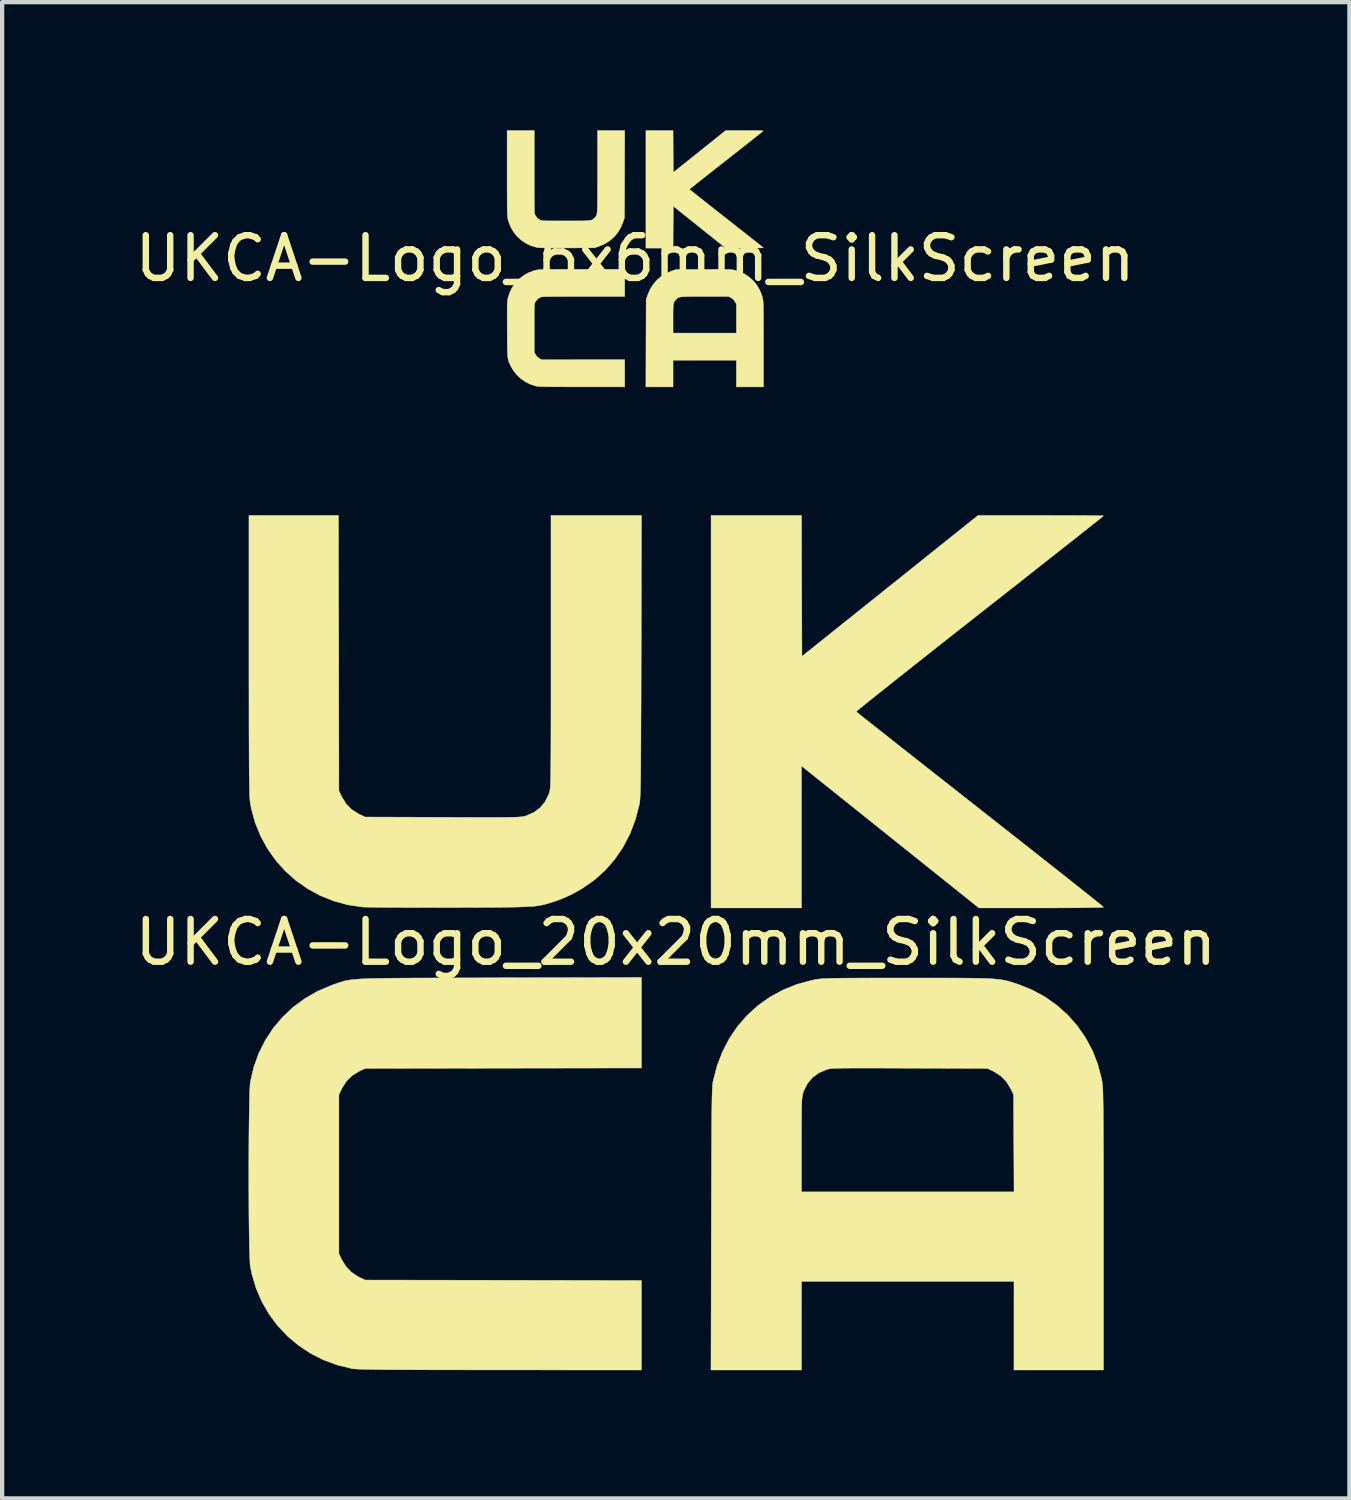
<source format=kicad_pcb>
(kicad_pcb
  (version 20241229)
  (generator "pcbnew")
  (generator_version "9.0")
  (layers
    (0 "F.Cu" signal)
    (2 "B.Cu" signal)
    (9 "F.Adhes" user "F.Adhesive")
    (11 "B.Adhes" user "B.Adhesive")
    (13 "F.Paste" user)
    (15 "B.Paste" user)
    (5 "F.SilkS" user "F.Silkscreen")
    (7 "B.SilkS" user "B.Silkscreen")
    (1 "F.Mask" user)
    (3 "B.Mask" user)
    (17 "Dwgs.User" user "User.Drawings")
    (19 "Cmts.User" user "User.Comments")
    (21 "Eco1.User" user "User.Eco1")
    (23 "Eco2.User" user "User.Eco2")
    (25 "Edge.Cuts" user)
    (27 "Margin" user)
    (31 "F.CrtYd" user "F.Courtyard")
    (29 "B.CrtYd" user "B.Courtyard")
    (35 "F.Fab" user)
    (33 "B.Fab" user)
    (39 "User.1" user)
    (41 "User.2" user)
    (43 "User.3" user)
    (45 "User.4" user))
  (footprint "UKCA-Logo_6x6mm_SilkScreen"
    (layer "F.Cu")
    (at 11.815 3)
    (property "Reference" "UKCA-Logo_6x6mm_SilkScreen" (at 0 0 0) (layer "F.SilkS") (effects (font (size 1 1) (thickness 0.15))))
    (attr exclude_from_pos_files exclude_from_bom allow_missing_courtyard)
    (fp_poly (pts (xy 0.892 -2.504) (xy 0.894 -2.013) (xy 2.122 -2.995) (xy 2.566 -2.995) (xy 2.676 -2.995) (xy 2.766 -2.995) (xy 2.838 -2.994) (xy 2.895 -2.993) (xy 2.937 -2.992) (xy 2.966 -2.991) (xy 2.985 -2.988) (xy 2.994 -2.986) (xy 2.996 -2.982) (xy 2.995 -2.98) (xy 2.984 -2.972) (xy 2.959 -2.951) (xy 2.918 -2.919) (xy 2.865 -2.877) (xy 2.799 -2.825) (xy 2.722 -2.764) (xy 2.636 -2.696) (xy 2.541 -2.621) (xy 2.438 -2.54) (xy 2.328 -2.454) (xy 2.214 -2.364) (xy 2.127 -2.296) (xy 2.01 -2.204) (xy 1.897 -2.115) (xy 1.79 -2.031) (xy 1.69 -1.952) (xy 1.598 -1.88) (xy 1.515 -1.814) (xy 1.443 -1.757) (xy 1.381 -1.708) (xy 1.333 -1.67) (xy 1.298 -1.642) (xy 1.278 -1.625) (xy 1.273 -1.621) (xy 1.281 -1.613) (xy 1.304 -1.594) (xy 1.342 -1.563) (xy 1.394 -1.522) (xy 1.457 -1.471) (xy 1.532 -1.412) (xy 1.617 -1.344) (xy 1.711 -1.27) (xy 1.813 -1.189) (xy 1.921 -1.104) (xy 2.036 -1.014) (xy 2.134 -0.937) (xy 2.252 -0.844) (xy 2.366 -0.754) (xy 2.474 -0.669) (xy 2.575 -0.59) (xy 2.668 -0.516) (xy 2.752 -0.45) (xy 2.826 -0.392) (xy 2.888 -0.343) (xy 2.938 -0.303) (xy 2.974 -0.274) (xy 2.996 -0.257) (xy 3.002 -0.251) (xy 2.993 -0.25) (xy 2.965 -0.248) (xy 2.92 -0.247) (xy 2.86 -0.245) (xy 2.788 -0.245) (xy 2.705 -0.244) (xy 2.614 -0.243) (xy 2.564 -0.243) (xy 2.122 -0.243) (xy 0.894 -1.226) (xy 0.892 -0.734) (xy 0.889 -0.243) (xy 0.254 -0.243) (xy 0.254 -2.995) (xy 0.889 -2.995) (xy 0.892 -2.504)) (stroke (width 0.01) (type solid)) (fill yes) (layer "F.SilkS"))
    (fp_poly (pts (xy 2.024 0.255) (xy 2.092 0.256) (xy 2.148 0.257) (xy 2.194 0.258) (xy 2.23 0.26) (xy 2.26 0.263) (xy 2.284 0.265) (xy 2.305 0.269) (xy 2.311 0.27) (xy 2.439 0.306) (xy 2.558 0.361) (xy 2.667 0.433) (xy 2.764 0.519) (xy 2.847 0.62) (xy 2.914 0.732) (xy 2.965 0.855) (xy 2.985 0.924) (xy 2.988 0.939) (xy 2.991 0.955) (xy 2.994 0.973) (xy 2.996 0.993) (xy 2.998 1.019) (xy 3 1.05) (xy 3.001 1.089) (xy 3.003 1.137) (xy 3.003 1.194) (xy 3.004 1.263) (xy 3.005 1.345) (xy 3.005 1.441) (xy 3.005 1.553) (xy 3.005 1.682) (xy 3.006 1.829) (xy 3.006 1.995) (xy 3.006 2.008) (xy 3.006 3.006) (xy 2.371 3.006) (xy 2.371 2.381) (xy 0.889 2.381) (xy 0.889 3.006) (xy 0.253 3.006) (xy 0.256 1.982) (xy 0.258 1.407) (xy 0.889 1.407) (xy 0.889 1.746) (xy 2.371 1.746) (xy 2.371 1.063) (xy 2.336 1.005) (xy 2.307 0.964) (xy 2.274 0.935) (xy 2.245 0.919) (xy 2.188 0.889) (xy 1.631 0.889) (xy 1.503 0.889) (xy 1.394 0.889) (xy 1.303 0.89) (xy 1.228 0.891) (xy 1.167 0.893) (xy 1.117 0.895) (xy 1.079 0.899) (xy 1.048 0.904) (xy 1.025 0.911) (xy 1.006 0.919) (xy 0.991 0.929) (xy 0.977 0.942) (xy 0.963 0.957) (xy 0.956 0.964) (xy 0.938 0.984) (xy 0.924 1.002) (xy 0.913 1.022) (xy 0.904 1.045) (xy 0.898 1.075) (xy 0.894 1.114) (xy 0.891 1.164) (xy 0.89 1.228) (xy 0.889 1.308) (xy 0.889 1.407) (xy 0.258 1.407) (xy 0.259 0.958) (xy 0.294 0.857) (xy 0.35 0.727) (xy 0.421 0.611) (xy 0.509 0.509) (xy 0.611 0.422) (xy 0.727 0.35) (xy 0.857 0.294) (xy 0.857 0.294) (xy 0.958 0.259) (xy 1.593 0.256) (xy 1.728 0.256) (xy 1.844 0.255) (xy 1.942 0.255) (xy 2.024 0.255)) (stroke (width 0.01) (type solid)) (fill yes) (layer "F.SilkS"))
    (fp_poly (pts (xy -2.36 -2.026) (xy -2.36 -1.861) (xy -2.36 -1.716) (xy -2.36 -1.589) (xy -2.36 -1.48) (xy -2.359 -1.386) (xy -2.359 -1.307) (xy -2.358 -1.241) (xy -2.357 -1.186) (xy -2.356 -1.143) (xy -2.355 -1.108) (xy -2.353 -1.081) (xy -2.351 -1.061) (xy -2.349 -1.046) (xy -2.346 -1.034) (xy -2.343 -1.025) (xy -2.34 -1.018) (xy -2.338 -1.014) (xy -2.297 -0.955) (xy -2.243 -0.912) (xy -2.217 -0.898) (xy -2.207 -0.894) (xy -2.194 -0.89) (xy -2.178 -0.887) (xy -2.157 -0.885) (xy -2.128 -0.883) (xy -2.089 -0.882) (xy -2.04 -0.88) (xy -1.978 -0.88) (xy -1.902 -0.879) (xy -1.809 -0.879) (xy -1.698 -0.879) (xy -1.619 -0.879) (xy -1.491 -0.879) (xy -1.383 -0.879) (xy -1.292 -0.879) (xy -1.217 -0.88) (xy -1.155 -0.882) (xy -1.106 -0.885) (xy -1.068 -0.889) (xy -1.037 -0.894) (xy -1.014 -0.9) (xy -0.996 -0.909) (xy -0.98 -0.919) (xy -0.967 -0.931) (xy -0.952 -0.946) (xy -0.945 -0.954) (xy -0.934 -0.965) (xy -0.924 -0.976) (xy -0.916 -0.986) (xy -0.908 -0.998) (xy -0.902 -1.012) (xy -0.896 -1.031) (xy -0.892 -1.056) (xy -0.888 -1.087) (xy -0.885 -1.126) (xy -0.883 -1.174) (xy -0.881 -1.234) (xy -0.88 -1.305) (xy -0.879 -1.39) (xy -0.879 -1.49) (xy -0.878 -1.605) (xy -0.878 -1.738) (xy -0.878 -1.89) (xy -0.878 -2.032) (xy -0.878 -2.995) (xy -0.243 -2.995) (xy -0.246 -1.971) (xy -0.249 -0.947) (xy -0.284 -0.847) (xy -0.339 -0.716) (xy -0.41 -0.6) (xy -0.497 -0.499) (xy -0.598 -0.412) (xy -0.714 -0.34) (xy -0.845 -0.284) (xy -0.847 -0.284) (xy -0.947 -0.249) (xy -1.593 -0.247) (xy -1.732 -0.246) (xy -1.852 -0.246) (xy -1.954 -0.246) (xy -2.04 -0.247) (xy -2.111 -0.248) (xy -2.168 -0.249) (xy -2.214 -0.251) (xy -2.25 -0.253) (xy -2.278 -0.255) (xy -2.299 -0.258) (xy -2.306 -0.26) (xy -2.435 -0.298) (xy -2.555 -0.355) (xy -2.664 -0.429) (xy -2.761 -0.517) (xy -2.843 -0.619) (xy -2.909 -0.733) (xy -2.958 -0.856) (xy -2.974 -0.913) (xy -2.978 -0.928) (xy -2.981 -0.944) (xy -2.983 -0.962) (xy -2.986 -0.983) (xy -2.988 -1.008) (xy -2.989 -1.04) (xy -2.991 -1.079) (xy -2.992 -1.126) (xy -2.993 -1.184) (xy -2.994 -1.253) (xy -2.994 -1.335) (xy -2.995 -1.431) (xy -2.995 -1.543) (xy -2.995 -1.671) (xy -2.995 -1.818) (xy -2.995 -1.985) (xy -2.995 -1.998) (xy -2.995 -2.995) (xy -2.36 -2.995) (xy -2.36 -2.026)) (stroke (width 0.01) (type solid)) (fill yes) (layer "F.SilkS"))
    (fp_poly (pts (xy -0.243 0.889) (xy -1.209 0.889) (xy -1.374 0.889) (xy -1.52 0.889) (xy -1.647 0.89) (xy -1.756 0.89) (xy -1.85 0.89) (xy -1.93 0.891) (xy -1.996 0.892) (xy -2.05 0.892) (xy -2.094 0.894) (xy -2.129 0.895) (xy -2.156 0.897) (xy -2.176 0.899) (xy -2.192 0.901) (xy -2.203 0.904) (xy -2.212 0.907) (xy -2.217 0.909) (xy -2.278 0.947) (xy -2.324 1) (xy -2.338 1.025) (xy -2.343 1.035) (xy -2.347 1.046) (xy -2.35 1.059) (xy -2.353 1.076) (xy -2.355 1.1) (xy -2.357 1.132) (xy -2.358 1.173) (xy -2.359 1.226) (xy -2.36 1.292) (xy -2.36 1.373) (xy -2.36 1.471) (xy -2.36 1.588) (xy -2.36 1.632) (xy -2.36 2.196) (xy -2.328 2.251) (xy -2.296 2.297) (xy -2.254 2.331) (xy -2.241 2.339) (xy -2.185 2.37) (xy -1.214 2.371) (xy -0.243 2.371) (xy -0.243 3.006) (xy -1.246 3.005) (xy -1.415 3.005) (xy -1.564 3.005) (xy -1.694 3.004) (xy -1.807 3.004) (xy -1.905 3.004) (xy -1.988 3.003) (xy -2.058 3.002) (xy -2.117 3.001) (xy -2.166 3) (xy -2.205 2.999) (xy -2.237 2.997) (xy -2.263 2.995) (xy -2.284 2.993) (xy -2.302 2.99) (xy -2.317 2.987) (xy -2.332 2.984) (xy -2.334 2.983) (xy -2.458 2.942) (xy -2.574 2.883) (xy -2.681 2.806) (xy -2.776 2.715) (xy -2.856 2.611) (xy -2.911 2.514) (xy -2.926 2.482) (xy -2.939 2.454) (xy -2.951 2.427) (xy -2.96 2.401) (xy -2.968 2.373) (xy -2.974 2.342) (xy -2.979 2.305) (xy -2.983 2.261) (xy -2.986 2.207) (xy -2.988 2.143) (xy -2.99 2.066) (xy -2.991 1.975) (xy -2.991 1.867) (xy -2.992 1.741) (xy -2.993 1.659) (xy -2.993 1.526) (xy -2.994 1.412) (xy -2.994 1.316) (xy -2.994 1.236) (xy -2.994 1.169) (xy -2.993 1.115) (xy -2.992 1.071) (xy -2.99 1.035) (xy -2.988 1.007) (xy -2.985 0.983) (xy -2.982 0.962) (xy -2.978 0.943) (xy -2.974 0.923) (xy -2.933 0.796) (xy -2.874 0.678) (xy -2.799 0.571) (xy -2.709 0.477) (xy -2.606 0.397) (xy -2.491 0.333) (xy -2.366 0.286) (xy -2.301 0.27) (xy -2.286 0.267) (xy -2.266 0.265) (xy -2.239 0.263) (xy -2.206 0.261) (xy -2.163 0.259) (xy -2.111 0.258) (xy -2.047 0.257) (xy -1.971 0.256) (xy -1.881 0.256) (xy -1.776 0.255) (xy -1.655 0.255) (xy -1.516 0.254) (xy -1.358 0.254) (xy -1.236 0.254) (xy -0.243 0.254) (xy -0.243 0.889)) (stroke (width 0.01) (type solid)) (fill yes) (layer "F.SilkS")))
  (footprint "UKCA-Logo_20x20mm_SilkScreen"
    (layer "F.Cu")
    (at 12.768 19.006)
    (property "Reference" "UKCA-Logo_20x20mm_SilkScreen" (at 0 0 0) (layer "F.SilkS") (effects (font (size 1 1) (thickness 0.15))))
    (attr exclude_from_pos_files exclude_from_bom allow_missing_courtyard)
    (fp_poly (pts (xy 2.947 -8.342) (xy 2.953 -6.693) (xy 5.014 -8.342) (xy 7.075 -9.991) (xy 8.543 -9.991) (xy 8.788 -9.991) (xy 9.021 -9.99) (xy 9.237 -9.99) (xy 9.433 -9.989) (xy 9.607 -9.988) (xy 9.754 -9.987) (xy 9.871 -9.985) (xy 9.955 -9.984) (xy 10.002 -9.983) (xy 10.012 -9.982) (xy 9.995 -9.968) (xy 9.947 -9.929) (xy 9.87 -9.867) (xy 9.763 -9.783) (xy 9.631 -9.678) (xy 9.473 -9.553) (xy 9.293 -9.41) (xy 9.09 -9.251) (xy 8.868 -9.076) (xy 8.628 -8.887) (xy 8.372 -8.685) (xy 8.101 -8.471) (xy 7.817 -8.248) (xy 7.521 -8.015) (xy 7.216 -7.776) (xy 7.112 -7.694) (xy 6.804 -7.452) (xy 6.505 -7.217) (xy 6.217 -6.99) (xy 5.942 -6.772) (xy 5.681 -6.566) (xy 5.436 -6.372) (xy 5.208 -6.192) (xy 5 -6.026) (xy 4.813 -5.877) (xy 4.648 -5.746) (xy 4.508 -5.634) (xy 4.393 -5.541) (xy 4.307 -5.471) (xy 4.25 -5.424) (xy 4.224 -5.4) (xy 4.222 -5.398) (xy 4.24 -5.384) (xy 4.289 -5.344) (xy 4.368 -5.281) (xy 4.475 -5.196) (xy 4.609 -5.09) (xy 4.767 -4.965) (xy 4.949 -4.822) (xy 5.152 -4.661) (xy 5.375 -4.486) (xy 5.615 -4.296) (xy 5.872 -4.094) (xy 6.144 -3.88) (xy 6.428 -3.657) (xy 6.724 -3.424) (xy 7.029 -3.184) (xy 7.122 -3.111) (xy 7.43 -2.869) (xy 7.728 -2.634) (xy 8.016 -2.408) (xy 8.291 -2.191) (xy 8.552 -1.985) (xy 8.797 -1.791) (xy 9.025 -1.612) (xy 9.233 -1.447) (xy 9.421 -1.298) (xy 9.585 -1.167) (xy 9.726 -1.055) (xy 9.84 -0.963) (xy 9.927 -0.894) (xy 9.984 -0.847) (xy 10.01 -0.824) (xy 10.012 -0.822) (xy 9.991 -0.819) (xy 9.932 -0.817) (xy 9.837 -0.814) (xy 9.71 -0.811) (xy 9.554 -0.809) (xy 9.373 -0.807) (xy 9.17 -0.806) (xy 8.949 -0.805) (xy 8.712 -0.804) (xy 8.554 -0.804) (xy 7.096 -0.804) (xy 5.019 -2.466) (xy 2.942 -4.128) (xy 2.942 -0.804) (xy 0.826 -0.804) (xy 0.826 -9.991) (xy 2.942 -9.991) (xy 2.947 -8.342)) (stroke (width 0.01) (type solid)) (fill yes) (layer "F.SilkS"))
    (fp_poly (pts (xy -0.804 2.942) (xy -4.038 2.947) (xy -7.271 2.953) (xy -7.413 3.02) (xy -7.574 3.119) (xy -7.707 3.249) (xy -7.809 3.408) (xy -7.817 3.425) (xy -7.885 3.567) (xy -7.885 7.292) (xy -7.819 7.43) (xy -7.722 7.586) (xy -7.594 7.721) (xy -7.441 7.824) (xy -7.408 7.841) (xy -7.271 7.906) (xy -4.038 7.911) (xy -0.804 7.917) (xy -0.804 10.012) (xy -4.112 10.01) (xy -4.565 10.01) (xy -4.977 10.009) (xy -5.351 10.009) (xy -5.688 10.008) (xy -5.991 10.007) (xy -6.26 10.006) (xy -6.498 10.005) (xy -6.707 10.004) (xy -6.888 10.002) (xy -7.044 10) (xy -7.176 9.998) (xy -7.287 9.996) (xy -7.377 9.993) (xy -7.449 9.99) (xy -7.505 9.987) (xy -7.547 9.983) (xy -7.576 9.979) (xy -7.578 9.979) (xy -7.92 9.896) (xy -8.244 9.777) (xy -8.548 9.623) (xy -8.83 9.436) (xy -9.087 9.22) (xy -9.317 8.977) (xy -9.518 8.708) (xy -9.687 8.416) (xy -9.822 8.103) (xy -9.921 7.772) (xy -9.958 7.591) (xy -9.965 7.532) (xy -9.97 7.435) (xy -9.975 7.304) (xy -9.98 7.141) (xy -9.984 6.952) (xy -9.987 6.739) (xy -9.99 6.507) (xy -9.992 6.259) (xy -9.993 5.999) (xy -9.994 5.731) (xy -9.994 5.459) (xy -9.994 5.186) (xy -9.993 4.917) (xy -9.992 4.655) (xy -9.99 4.404) (xy -9.987 4.168) (xy -9.984 3.951) (xy -9.981 3.756) (xy -9.976 3.587) (xy -9.971 3.449) (xy -9.966 3.344) (xy -9.96 3.277) (xy -9.958 3.268) (xy -9.879 2.926) (xy -9.762 2.601) (xy -9.609 2.295) (xy -9.423 2.012) (xy -9.205 1.753) (xy -8.958 1.52) (xy -8.683 1.317) (xy -8.383 1.145) (xy -8.06 1.007) (xy -7.994 0.984) (xy -7.939 0.965) (xy -7.889 0.948) (xy -7.843 0.933) (xy -7.799 0.919) (xy -7.753 0.906) (xy -7.705 0.895) (xy -7.651 0.886) (xy -7.591 0.877) (xy -7.521 0.869) (xy -7.44 0.863) (xy -7.345 0.857) (xy -7.235 0.852) (xy -7.107 0.848) (xy -6.959 0.845) (xy -6.789 0.842) (xy -6.594 0.84) (xy -6.374 0.838) (xy -6.125 0.837) (xy -5.846 0.836) (xy -5.534 0.835) (xy -5.188 0.834) (xy -4.805 0.833) (xy -4.382 0.832) (xy -4.112 0.831) (xy -0.804 0.824) (xy -0.804 2.942)) (stroke (width 0.01) (type solid)) (fill yes) (layer "F.SilkS"))
    (fp_poly (pts (xy 6.084 0.836) (xy 6.356 0.837) (xy 6.593 0.837) (xy 6.8 0.839) (xy 6.98 0.841) (xy 7.134 0.844) (xy 7.266 0.848) (xy 7.38 0.854) (xy 7.477 0.861) (xy 7.561 0.869) (xy 7.635 0.879) (xy 7.701 0.891) (xy 7.763 0.906) (xy 7.823 0.922) (xy 7.885 0.941) (xy 7.951 0.963) (xy 8.015 0.984) (xy 8.34 1.114) (xy 8.643 1.279) (xy 8.921 1.476) (xy 9.174 1.702) (xy 9.398 1.956) (xy 9.591 2.234) (xy 9.752 2.534) (xy 9.877 2.854) (xy 9.965 3.19) (xy 9.98 3.268) (xy 9.984 3.297) (xy 9.988 3.334) (xy 9.991 3.381) (xy 9.995 3.438) (xy 9.998 3.509) (xy 10 3.596) (xy 10.002 3.699) (xy 10.004 3.823) (xy 10.006 3.967) (xy 10.007 4.135) (xy 10.009 4.329) (xy 10.009 4.55) (xy 10.01 4.801) (xy 10.011 5.083) (xy 10.011 5.398) (xy 10.012 5.75) (xy 10.012 6.138) (xy 10.012 6.567) (xy 10.012 6.734) (xy 10.012 10.012) (xy 7.916 10.012) (xy 7.916 7.938) (xy 2.942 7.938) (xy 2.942 10.012) (xy 0.824 10.012) (xy 0.831 6.715) (xy 0.833 6.274) (xy 0.834 5.874) (xy 0.835 5.512) (xy 0.836 5.186) (xy 0.837 4.894) (xy 0.838 4.742) (xy 2.942 4.742) (xy 2.942 5.842) (xy 7.918 5.842) (xy 7.912 4.704) (xy 7.906 3.567) (xy 7.839 3.425) (xy 7.739 3.263) (xy 7.609 3.13) (xy 7.451 3.028) (xy 7.434 3.02) (xy 7.292 2.953) (xy 5.472 2.947) (xy 5.152 2.946) (xy 4.872 2.945) (xy 4.629 2.944) (xy 4.419 2.944) (xy 4.241 2.944) (xy 4.09 2.945) (xy 3.965 2.946) (xy 3.862 2.947) (xy 3.779 2.95) (xy 3.713 2.952) (xy 3.661 2.956) (xy 3.62 2.96) (xy 3.587 2.965) (xy 3.559 2.971) (xy 3.534 2.978) (xy 3.514 2.985) (xy 3.342 3.061) (xy 3.198 3.169) (xy 3.082 3.307) (xy 2.999 3.472) (xy 2.986 3.509) (xy 2.976 3.54) (xy 2.968 3.572) (xy 2.961 3.608) (xy 2.956 3.652) (xy 2.951 3.709) (xy 2.948 3.781) (xy 2.946 3.873) (xy 2.944 3.989) (xy 2.943 4.132) (xy 2.942 4.306) (xy 2.942 4.516) (xy 2.942 4.742) (xy 0.838 4.742) (xy 0.838 4.635) (xy 0.839 4.405) (xy 0.841 4.204) (xy 0.842 4.028) (xy 0.844 3.877) (xy 0.846 3.747) (xy 0.848 3.637) (xy 0.851 3.545) (xy 0.854 3.469) (xy 0.857 3.407) (xy 0.86 3.356) (xy 0.864 3.315) (xy 0.868 3.282) (xy 0.873 3.254) (xy 0.875 3.244) (xy 0.967 2.89) (xy 1.095 2.558) (xy 1.256 2.249) (xy 1.449 1.965) (xy 1.673 1.709) (xy 1.924 1.481) (xy 2.202 1.283) (xy 2.505 1.118) (xy 2.832 0.986) (xy 3.179 0.891) (xy 3.266 0.873) (xy 3.302 0.867) (xy 3.342 0.861) (xy 3.388 0.856) (xy 3.443 0.852) (xy 3.509 0.849) (xy 3.591 0.846) (xy 3.69 0.843) (xy 3.809 0.841) (xy 3.951 0.839) (xy 4.118 0.838) (xy 4.314 0.837) (xy 4.542 0.837) (xy 4.803 0.836) (xy 5.102 0.836) (xy 5.429 0.836) (xy 5.776 0.836) (xy 6.084 0.836)) (stroke (width 0.01) (type solid)) (fill yes) (layer "F.SilkS"))
    (fp_poly (pts (xy -7.89 -6.768) (xy -7.885 -3.545) (xy -7.817 -3.404) (xy -7.718 -3.242) (xy -7.588 -3.109) (xy -7.429 -3.007) (xy -7.413 -2.999) (xy -7.271 -2.932) (xy -5.45 -2.926) (xy -5.131 -2.925) (xy -4.851 -2.924) (xy -4.608 -2.923) (xy -4.398 -2.923) (xy -4.219 -2.923) (xy -4.069 -2.924) (xy -3.944 -2.925) (xy -3.841 -2.926) (xy -3.758 -2.928) (xy -3.692 -2.931) (xy -3.64 -2.935) (xy -3.599 -2.939) (xy -3.566 -2.944) (xy -3.538 -2.95) (xy -3.513 -2.957) (xy -3.493 -2.964) (xy -3.321 -3.04) (xy -3.177 -3.148) (xy -3.061 -3.286) (xy -2.978 -3.451) (xy -2.965 -3.488) (xy -2.959 -3.506) (xy -2.953 -3.525) (xy -2.949 -3.547) (xy -2.944 -3.573) (xy -2.94 -3.607) (xy -2.937 -3.649) (xy -2.934 -3.703) (xy -2.932 -3.77) (xy -2.929 -3.851) (xy -2.927 -3.95) (xy -2.926 -4.069) (xy -2.925 -4.209) (xy -2.924 -4.372) (xy -2.923 -4.561) (xy -2.922 -4.778) (xy -2.922 -5.024) (xy -2.921 -5.302) (xy -2.921 -5.614) (xy -2.921 -5.962) (xy -2.921 -6.348) (xy -2.921 -6.774) (xy -2.921 -9.991) (xy -0.803 -9.991) (xy -0.81 -6.694) (xy -0.811 -6.253) (xy -0.812 -5.853) (xy -0.813 -5.491) (xy -0.815 -5.165) (xy -0.816 -4.873) (xy -0.817 -4.614) (xy -0.818 -4.384) (xy -0.82 -4.183) (xy -0.821 -4.007) (xy -0.823 -3.856) (xy -0.825 -3.726) (xy -0.827 -3.616) (xy -0.83 -3.524) (xy -0.832 -3.448) (xy -0.836 -3.386) (xy -0.839 -3.335) (xy -0.843 -3.294) (xy -0.847 -3.261) (xy -0.852 -3.233) (xy -0.854 -3.223) (xy -0.946 -2.868) (xy -1.073 -2.536) (xy -1.234 -2.227) (xy -1.428 -1.943) (xy -1.653 -1.685) (xy -1.909 -1.456) (xy -2.194 -1.257) (xy -2.406 -1.138) (xy -2.522 -1.082) (xy -2.65 -1.027) (xy -2.773 -0.979) (xy -2.842 -0.955) (xy -2.913 -0.932) (xy -2.976 -0.912) (xy -3.036 -0.895) (xy -3.095 -0.88) (xy -3.156 -0.867) (xy -3.222 -0.856) (xy -3.296 -0.846) (xy -3.381 -0.839) (xy -3.48 -0.833) (xy -3.596 -0.828) (xy -3.732 -0.824) (xy -3.892 -0.821) (xy -4.077 -0.819) (xy -4.292 -0.817) (xy -4.539 -0.816) (xy -4.821 -0.815) (xy -5.141 -0.814) (xy -5.271 -0.814) (xy -5.553 -0.814) (xy -5.828 -0.813) (xy -6.09 -0.814) (xy -6.336 -0.814) (xy -6.564 -0.815) (xy -6.769 -0.816) (xy -6.948 -0.818) (xy -7.099 -0.82) (xy -7.216 -0.822) (xy -7.297 -0.824) (xy -7.334 -0.826) (xy -7.678 -0.877) (xy -8.007 -0.967) (xy -8.32 -1.092) (xy -8.614 -1.252) (xy -8.887 -1.443) (xy -9.136 -1.664) (xy -9.358 -1.911) (xy -9.552 -2.184) (xy -9.714 -2.478) (xy -9.843 -2.793) (xy -9.935 -3.126) (xy -9.958 -3.247) (xy -9.963 -3.276) (xy -9.967 -3.313) (xy -9.97 -3.359) (xy -9.973 -3.417) (xy -9.976 -3.488) (xy -9.979 -3.574) (xy -9.981 -3.678) (xy -9.983 -3.801) (xy -9.985 -3.946) (xy -9.986 -4.114) (xy -9.987 -4.308) (xy -9.988 -4.529) (xy -9.989 -4.779) (xy -9.99 -5.062) (xy -9.99 -5.377) (xy -9.99 -5.728) (xy -9.991 -6.117) (xy -9.991 -6.545) (xy -9.991 -6.713) (xy -9.991 -9.991) (xy -7.896 -9.991) (xy -7.89 -6.768)) (stroke (width 0.01) (type solid)) (fill yes) (layer "F.SilkS")))
  (gr_rect
    (start -3 -3)
    (end 28.536 32.023)
    (stroke (width 0.1) (type default))
    (fill no)
    (layer "Edge.Cuts")))
</source>
